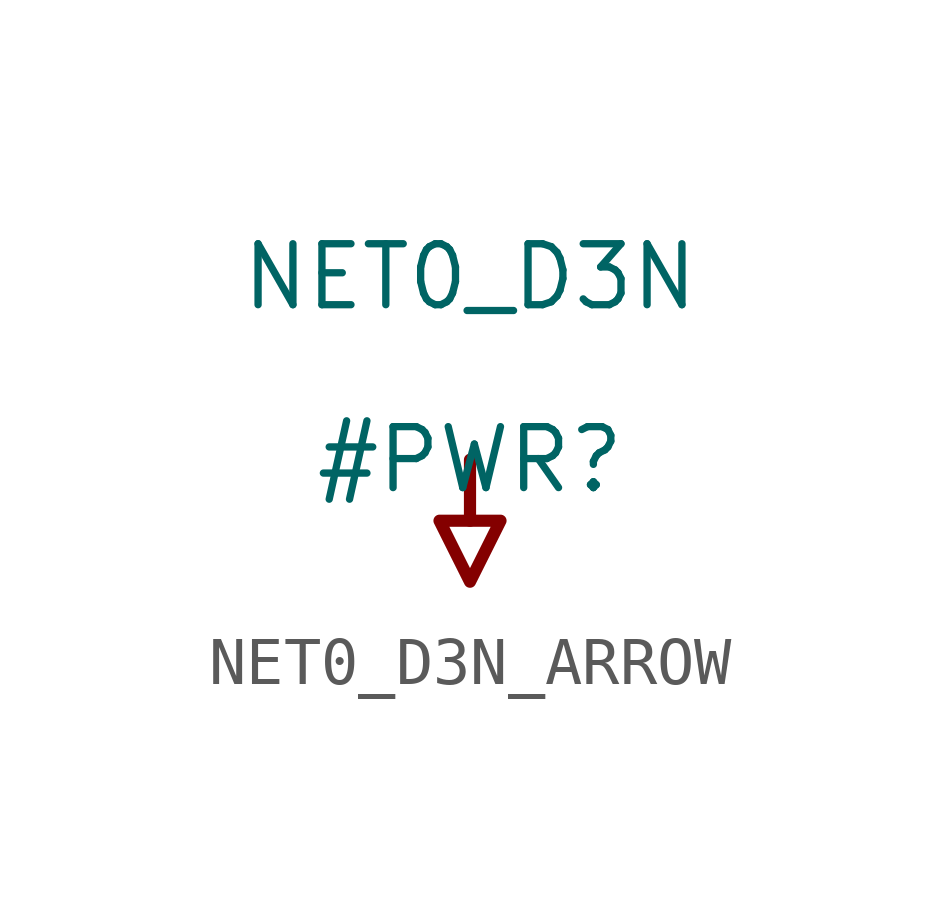
<source format=kicad_sym>
(kicad_symbol_lib
  (version 20231120)
  (generator "kicad_symbol_editor")
  (generator_version "8.0")
  (symbol "NET0_D3N_ARROW"
    (power)
    (property "Reference" "#PWR"
      (at 0 0 0)
      (effects (font (size 1.27 1.27))))
    (property "Value" "NET0_D3N"
      (at 0 3.81 0)
      (effects (font (size 1.27 1.27))))
    (symbol "NET0_D3N_ARROW_0_0"
      (polyline (pts (xy 0 0) (xy 0 -1.27)) (stroke (width 0.254) (type solid)) (fill (type none)))
      (polyline (pts (xy -0.635 -1.27) (xy 0.635 -1.27) (xy 0 -2.54) (xy -0.635 -1.27)) (stroke (width 0.254) (type solid)) (fill (type none)))
      (pin power_in line (at 0 0 0) (length 0) hide (name "NET0_D3N" (effects (font (size 1.27 1.27)))) (number "" (effects (font (size 1.27 1.27))))))))
</source>
